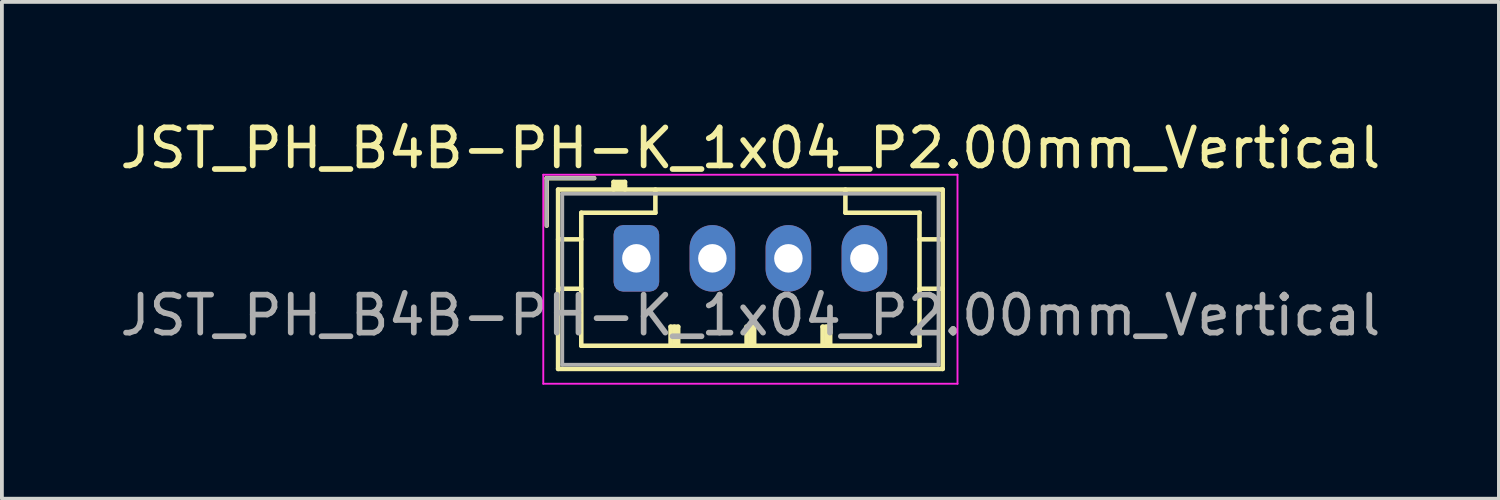
<source format=kicad_pcb>
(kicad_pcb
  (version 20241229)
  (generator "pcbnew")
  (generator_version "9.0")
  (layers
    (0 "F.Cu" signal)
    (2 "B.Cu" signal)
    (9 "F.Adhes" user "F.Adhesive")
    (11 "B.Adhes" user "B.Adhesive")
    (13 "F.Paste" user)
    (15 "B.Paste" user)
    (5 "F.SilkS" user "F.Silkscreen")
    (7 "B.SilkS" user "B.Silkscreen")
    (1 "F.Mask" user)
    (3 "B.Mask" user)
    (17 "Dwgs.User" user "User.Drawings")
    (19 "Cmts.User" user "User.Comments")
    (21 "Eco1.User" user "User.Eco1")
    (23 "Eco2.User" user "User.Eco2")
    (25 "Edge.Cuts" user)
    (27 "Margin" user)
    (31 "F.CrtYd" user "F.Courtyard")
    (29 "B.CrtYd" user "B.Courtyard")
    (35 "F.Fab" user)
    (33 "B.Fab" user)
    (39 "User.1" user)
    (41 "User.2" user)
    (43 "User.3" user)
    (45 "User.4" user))
  (footprint "JST_PH_B4B-PH-K_1x04_P2.00mm_Vertical"
    (layer "F.Cu")
    (at 16.696 3.748)
    (property "Reference" "JST_PH_B4B-PH-K_1x04_P2.00mm_Vertical" (at 0 -2.9 0) (layer "F.SilkS") (effects (font (size 1 1) (thickness 0.15))))
    (attr through_hole)
    (fp_line (start -5.36 -2.11) (end -5.36 -0.86) (stroke (width 0.12) (type solid)) (layer "F.SilkS"))
    (fp_line (start -5.06 -1.81) (end -5.06 2.91) (stroke (width 0.12) (type solid)) (layer "F.SilkS"))
    (fp_line (start -5.06 -0.5) (end -4.45 -0.5) (stroke (width 0.12) (type solid)) (layer "F.SilkS"))
    (fp_line (start -5.06 0.8) (end -4.45 0.8) (stroke (width 0.12) (type solid)) (layer "F.SilkS"))
    (fp_line (start -5.06 2.91) (end 5.06 2.91) (stroke (width 0.12) (type solid)) (layer "F.SilkS"))
    (fp_line (start -4.45 -1.2) (end -4.45 2.3) (stroke (width 0.12) (type solid)) (layer "F.SilkS"))
    (fp_line (start -4.45 2.3) (end 4.45 2.3) (stroke (width 0.12) (type solid)) (layer "F.SilkS"))
    (fp_line (start -4.11 -2.11) (end -5.36 -2.11) (stroke (width 0.12) (type solid)) (layer "F.SilkS"))
    (fp_line (start -3.6 -2.01) (end -3.6 -1.81) (stroke (width 0.12) (type solid)) (layer "F.SilkS"))
    (fp_line (start -3.3 -2.01) (end -3.6 -2.01) (stroke (width 0.12) (type solid)) (layer "F.SilkS"))
    (fp_line (start -3.3 -1.91) (end -3.6 -1.91) (stroke (width 0.12) (type solid)) (layer "F.SilkS"))
    (fp_line (start -3.3 -1.81) (end -3.3 -2.01) (stroke (width 0.12) (type solid)) (layer "F.SilkS"))
    (fp_line (start -2.5 -1.81) (end -2.5 -1.2) (stroke (width 0.12) (type solid)) (layer "F.SilkS"))
    (fp_line (start -2.5 -1.2) (end -4.45 -1.2) (stroke (width 0.12) (type solid)) (layer "F.SilkS"))
    (fp_line (start -2.1 1.8) (end -1.9 1.8) (stroke (width 0.12) (type solid)) (layer "F.SilkS"))
    (fp_line (start -2.1 2.3) (end -2.1 1.8) (stroke (width 0.12) (type solid)) (layer "F.SilkS"))
    (fp_line (start -2 2.3) (end -2 1.8) (stroke (width 0.12) (type solid)) (layer "F.SilkS"))
    (fp_line (start -1.9 1.8) (end -1.9 2.3) (stroke (width 0.12) (type solid)) (layer "F.SilkS"))
    (fp_line (start -0.1 1.8) (end 0.1 1.8) (stroke (width 0.12) (type solid)) (layer "F.SilkS"))
    (fp_line (start -0.1 2.3) (end -0.1 1.8) (stroke (width 0.12) (type solid)) (layer "F.SilkS"))
    (fp_line (start 0 2.3) (end 0 1.8) (stroke (width 0.12) (type solid)) (layer "F.SilkS"))
    (fp_line (start 0.1 1.8) (end 0.1 2.3) (stroke (width 0.12) (type solid)) (layer "F.SilkS"))
    (fp_line (start 1.9 1.8) (end 2.1 1.8) (stroke (width 0.12) (type solid)) (layer "F.SilkS"))
    (fp_line (start 1.9 2.3) (end 1.9 1.8) (stroke (width 0.12) (type solid)) (layer "F.SilkS"))
    (fp_line (start 2 2.3) (end 2 1.8) (stroke (width 0.12) (type solid)) (layer "F.SilkS"))
    (fp_line (start 2.1 1.8) (end 2.1 2.3) (stroke (width 0.12) (type solid)) (layer "F.SilkS"))
    (fp_line (start 2.5 -1.2) (end 2.5 -1.81) (stroke (width 0.12) (type solid)) (layer "F.SilkS"))
    (fp_line (start 4.45 -1.2) (end 2.5 -1.2) (stroke (width 0.12) (type solid)) (layer "F.SilkS"))
    (fp_line (start 4.45 2.3) (end 4.45 -1.2) (stroke (width 0.12) (type solid)) (layer "F.SilkS"))
    (fp_line (start 5.06 -1.81) (end -5.06 -1.81) (stroke (width 0.12) (type solid)) (layer "F.SilkS"))
    (fp_line (start 5.06 -0.5) (end 4.45 -0.5) (stroke (width 0.12) (type solid)) (layer "F.SilkS"))
    (fp_line (start 5.06 0.8) (end 4.45 0.8) (stroke (width 0.12) (type solid)) (layer "F.SilkS"))
    (fp_line (start 5.06 2.91) (end 5.06 -1.81) (stroke (width 0.12) (type solid)) (layer "F.SilkS"))
    (fp_line (start -5.45 -2.2) (end -5.45 3.3) (stroke (width 0.05) (type solid)) (layer "F.CrtYd"))
    (fp_line (start -5.45 3.3) (end 5.45 3.3) (stroke (width 0.05) (type solid)) (layer "F.CrtYd"))
    (fp_line (start 5.45 -2.2) (end -5.45 -2.2) (stroke (width 0.05) (type solid)) (layer "F.CrtYd"))
    (fp_line (start 5.45 3.3) (end 5.45 -2.2) (stroke (width 0.05) (type solid)) (layer "F.CrtYd"))
    (fp_line (start -5.36 -2.11) (end -5.36 -0.86) (stroke (width 0.1) (type solid)) (layer "F.Fab"))
    (fp_line (start -4.95 -1.7) (end -4.95 2.8) (stroke (width 0.1) (type solid)) (layer "F.Fab"))
    (fp_line (start -4.95 2.8) (end 4.95 2.8) (stroke (width 0.1) (type solid)) (layer "F.Fab"))
    (fp_line (start -4.11 -2.11) (end -5.36 -2.11) (stroke (width 0.1) (type solid)) (layer "F.Fab"))
    (fp_line (start 4.95 -1.7) (end -4.95 -1.7) (stroke (width 0.1) (type solid)) (layer "F.Fab"))
    (fp_line (start 4.95 2.8) (end 4.95 -1.7) (stroke (width 0.1) (type solid)) (layer "F.Fab"))
    (fp_text user "${REFERENCE}" (at 0 1.5 0) (layer "F.Fab") (effects (font (size 1 1) (thickness 0.15))))
    (pad "1" thru_hole roundrect (at -3 0) (size 1.2 1.75) (drill 0.75) (layers "*.Cu" "*.Mask") (roundrect_rratio 0.208))
    (pad "2" thru_hole oval (at -1 0) (size 1.2 1.75) (drill 0.75) (layers "*.Cu" "*.Mask"))
    (pad "3" thru_hole oval (at 1 0) (size 1.2 1.75) (drill 0.75) (layers "*.Cu" "*.Mask"))
    (pad "4" thru_hole oval (at 3 0) (size 1.2 1.75) (drill 0.75) (layers "*.Cu" "*.Mask")))
  (gr_rect
    (start -3 -3)
    (end 36.393 10.073)
    (stroke (width 0.1) (type default))
    (fill no)
    (layer "Edge.Cuts")))
</source>
